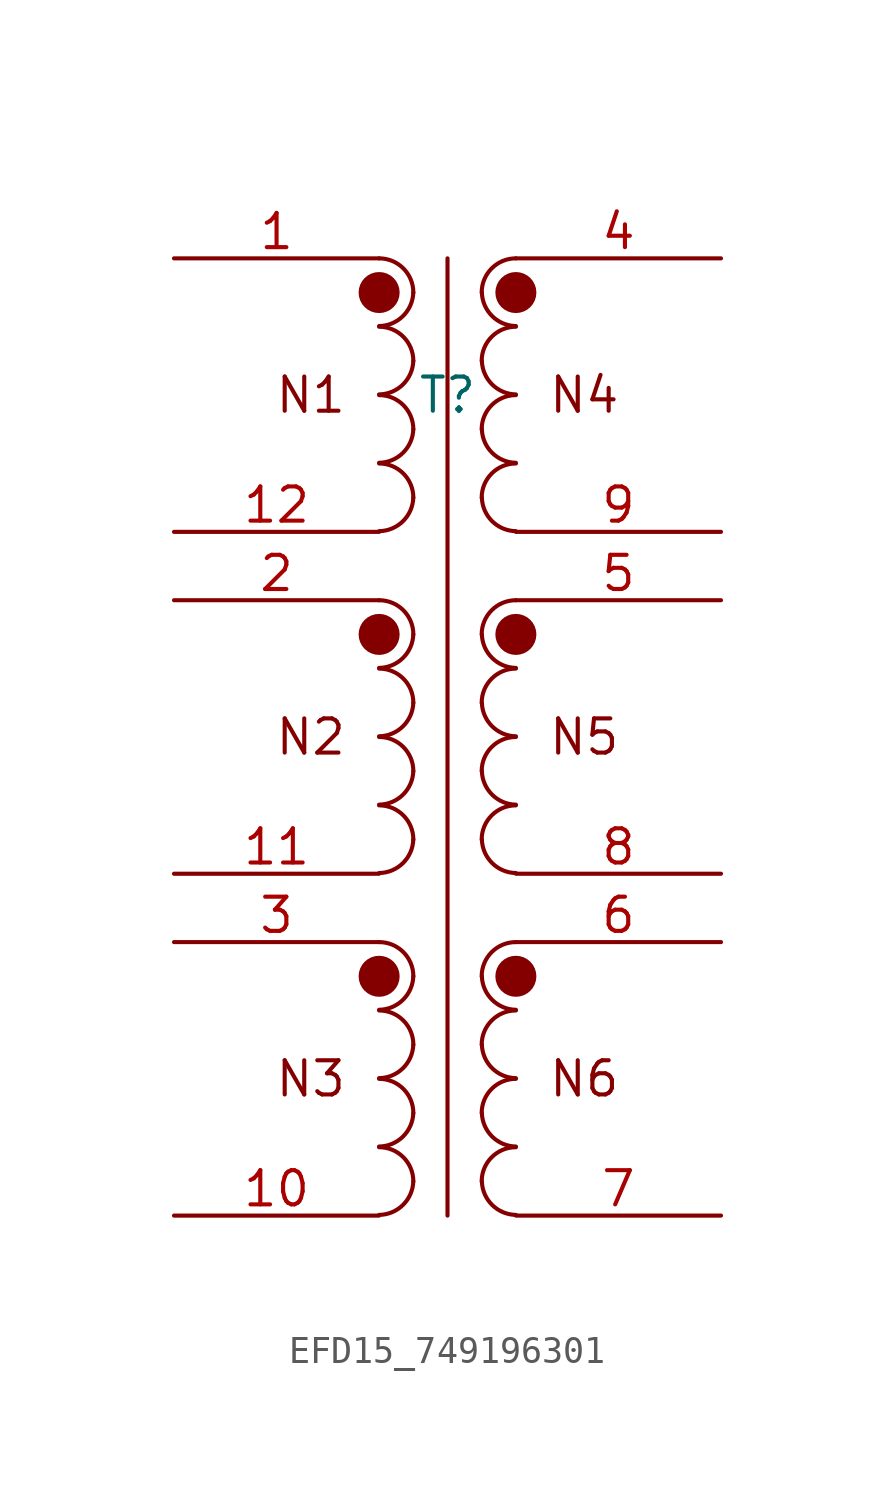
<source format=kicad_sym>
(kicad_symbol_lib
  (version 20220914)
  (generator kicad_symbol_editor)
  (symbol "EFD15_749196301"
    (pin_names hide)
    (property "Reference" "T"
      (at 0 12.7 0)
      (effects (font (size 1.27 1.27))))
    (property "Critical Parameter" ""
      (at 0 -5.08 0)
      (effects (font (size 1.27 1.27)) (justify left)))
    (symbol "EFD15_749196301_0_1"
      (arc (start -2.54 -17.7546) (mid -1.6561 -17.3863) (end -1.27 -16.51) (stroke (width 0) (type default)) (fill (type none)))
      (arc (start -2.54 -15.2146) (mid -1.6561 -14.8463) (end -1.27 -13.97) (stroke (width 0) (type default)) (fill (type none)))
      (arc (start -2.54 -12.6746) (mid -1.6561 -12.3063) (end -1.27 -11.43) (stroke (width 0) (type default)) (fill (type none)))
      (arc (start -2.54 -10.1346) (mid -1.6561 -9.7663) (end -1.27 -8.89) (stroke (width 0) (type default)) (fill (type none)))
      (arc (start -2.54 -5.0546) (mid -1.6561 -4.6863) (end -1.27 -3.81) (stroke (width 0) (type default)) (fill (type none)))
      (arc (start -2.54 -2.5146) (mid -1.6561 -2.1463) (end -1.27 -1.27) (stroke (width 0) (type default)) (fill (type none)))
      (arc (start -2.54 0.0254) (mid -1.6561 0.3937) (end -1.27 1.27) (stroke (width 0) (type default)) (fill (type none)))
      (arc (start -2.54 2.5654) (mid -1.6561 2.9337) (end -1.27 3.81) (stroke (width 0) (type default)) (fill (type none)))
      (arc (start -2.54 7.6454) (mid -1.6561 8.0137) (end -1.27 8.89) (stroke (width 0) (type default)) (fill (type none)))
      (arc (start -2.54 10.1854) (mid -1.6561 10.5537) (end -1.27 11.43) (stroke (width 0) (type default)) (fill (type none)))
      (arc (start -2.54 12.7254) (mid -1.6561 13.0937) (end -1.27 13.97) (stroke (width 0) (type default)) (fill (type none)))
      (arc (start -2.54 15.2654) (mid -1.6561 15.6337) (end -1.27 16.51) (stroke (width 0) (type default)) (fill (type none)))
      (arc (start -1.27 -16.51) (mid -1.642 -15.612) (end -2.54 -15.24) (stroke (width 0) (type default)) (fill (type none)))
      (arc (start -1.27 -13.97) (mid -1.642 -13.072) (end -2.54 -12.7) (stroke (width 0) (type default)) (fill (type none)))
      (arc (start -1.27 -11.43) (mid -1.642 -10.532) (end -2.54 -10.16) (stroke (width 0) (type default)) (fill (type none)))
      (arc (start -1.27 -8.89) (mid -1.642 -7.992) (end -2.54 -7.62) (stroke (width 0) (type default)) (fill (type none)))
      (arc (start -1.27 -3.81) (mid -1.642 -2.912) (end -2.54 -2.54) (stroke (width 0) (type default)) (fill (type none)))
      (arc (start -1.27 -1.27) (mid -1.642 -0.372) (end -2.54 0) (stroke (width 0) (type default)) (fill (type none)))
      (arc (start -1.27 1.27) (mid -1.642 2.168) (end -2.54 2.54) (stroke (width 0) (type default)) (fill (type none)))
      (arc (start -1.27 3.81) (mid -1.642 4.708) (end -2.54 5.08) (stroke (width 0) (type default)) (fill (type none)))
      (arc (start -1.27 8.89) (mid -1.642 9.788) (end -2.54 10.16) (stroke (width 0) (type default)) (fill (type none)))
      (arc (start -1.27 11.43) (mid -1.642 12.328) (end -2.54 12.7) (stroke (width 0) (type default)) (fill (type none)))
      (arc (start -1.27 13.97) (mid -1.642 14.868) (end -2.54 15.24) (stroke (width 0) (type default)) (fill (type none)))
      (arc (start -1.27 16.51) (mid -1.642 17.408) (end -2.54 17.78) (stroke (width 0) (type default)) (fill (type none)))
      (polyline (pts (xy 0 -17.78) (xy 0 17.78)) (stroke (width 0) (type default)) (fill (type none)))
      (arc (start 1.27 -16.51) (mid 1.6561 -17.3863) (end 2.54 -17.7546) (stroke (width 0) (type default)) (fill (type none)))
      (arc (start 1.27 -13.97) (mid 1.6561 -14.8463) (end 2.54 -15.2146) (stroke (width 0) (type default)) (fill (type none)))
      (arc (start 1.27 -11.43) (mid 1.6561 -12.3063) (end 2.54 -12.6746) (stroke (width 0) (type default)) (fill (type none)))
      (arc (start 1.27 -8.89) (mid 1.6561 -9.7663) (end 2.54 -10.1346) (stroke (width 0) (type default)) (fill (type none)))
      (arc (start 1.27 -3.81) (mid 1.6561 -4.6863) (end 2.54 -5.0546) (stroke (width 0) (type default)) (fill (type none)))
      (arc (start 1.27 -1.27) (mid 1.6561 -2.1463) (end 2.54 -2.5146) (stroke (width 0) (type default)) (fill (type none)))
      (arc (start 1.27 1.27) (mid 1.6561 0.3937) (end 2.54 0.0254) (stroke (width 0) (type default)) (fill (type none)))
      (arc (start 1.27 3.81) (mid 1.6561 2.9337) (end 2.54 2.5654) (stroke (width 0) (type default)) (fill (type none)))
      (arc (start 1.27 8.89) (mid 1.6561 8.0137) (end 2.54 7.6454) (stroke (width 0) (type default)) (fill (type none)))
      (arc (start 1.27 11.43) (mid 1.6561 10.5537) (end 2.54 10.1854) (stroke (width 0) (type default)) (fill (type none)))
      (arc (start 1.27 13.97) (mid 1.6561 13.0937) (end 2.54 12.7254) (stroke (width 0) (type default)) (fill (type none)))
      (arc (start 1.27 16.51) (mid 1.6561 15.6337) (end 2.54 15.2654) (stroke (width 0) (type default)) (fill (type none)))
      (arc (start 2.54 -15.24) (mid 1.642 -15.612) (end 1.27 -16.51) (stroke (width 0) (type default)) (fill (type none)))
      (arc (start 2.54 -12.7) (mid 1.642 -13.072) (end 1.27 -13.97) (stroke (width 0) (type default)) (fill (type none)))
      (arc (start 2.54 -10.16) (mid 1.642 -10.532) (end 1.27 -11.43) (stroke (width 0) (type default)) (fill (type none)))
      (arc (start 2.54 -7.62) (mid 1.642 -7.992) (end 1.27 -8.89) (stroke (width 0) (type default)) (fill (type none)))
      (arc (start 2.54 -2.54) (mid 1.642 -2.912) (end 1.27 -3.81) (stroke (width 0) (type default)) (fill (type none)))
      (arc (start 2.54 0) (mid 1.642 -0.372) (end 1.27 -1.27) (stroke (width 0) (type default)) (fill (type none)))
      (arc (start 2.54 2.54) (mid 1.642 2.168) (end 1.27 1.27) (stroke (width 0) (type default)) (fill (type none)))
      (arc (start 2.54 5.08) (mid 1.642 4.708) (end 1.27 3.81) (stroke (width 0) (type default)) (fill (type none)))
      (arc (start 2.54 10.16) (mid 1.642 9.788) (end 1.27 8.89) (stroke (width 0) (type default)) (fill (type none)))
      (arc (start 2.54 12.7) (mid 1.642 12.328) (end 1.27 11.43) (stroke (width 0) (type default)) (fill (type none)))
      (arc (start 2.54 15.24) (mid 1.642 14.868) (end 1.27 13.97) (stroke (width 0) (type default)) (fill (type none)))
      (arc (start 2.54 17.78) (mid 1.642 17.408) (end 1.27 16.51) (stroke (width 0) (type default)) (fill (type none))))
    (symbol "EFD15_749196301_1_1"
      (circle (center -2.54 -8.89) (radius 0.0001) (stroke (width 0.762) (type default)) (fill (type none)))
      (circle (center -2.54 3.81) (radius 0.0001) (stroke (width 0.762) (type default)) (fill (type none)))
      (circle (center -2.54 16.51) (radius 0.0001) (stroke (width 0.762) (type default)) (fill (type none)))
      (circle (center 2.54 -8.89) (radius 0.0001) (stroke (width 0.762) (type default)) (fill (type none)))
      (circle (center 2.54 3.81) (radius 0.0001) (stroke (width 0.762) (type default)) (fill (type none)))
      (circle (center 2.54 16.51) (radius 0.0001) (stroke (width 0.762) (type default)) (fill (type none)))
      (text "N1" (at -5.08 12.7 0) (effects (font (size 1.27 1.27))))
      (text "N2" (at -5.08 0 0) (effects (font (size 1.27 1.27))))
      (text "N3" (at -5.08 -12.7 0) (effects (font (size 1.27 1.27))))
      (text "N4" (at 5.08 12.7 0) (effects (font (size 1.27 1.27))))
      (text "N5" (at 5.08 0 0) (effects (font (size 1.27 1.27))))
      (text "N6" (at 5.08 -12.7 0) (effects (font (size 1.27 1.27))))
      (pin passive line (at -10.16 17.78 0) (length 7.62) (name "1" (effects (font (size 1.27 1.27)))) (number "1" (effects (font (size 1.27 1.27)))))
      (pin passive line (at -10.16 7.62 0) (length 7.62) (name "12" (effects (font (size 1.27 1.27)))) (number "12" (effects (font (size 1.27 1.27)))))
      (pin passive line (at -10.16 5.08 0) (length 7.62) (name "2" (effects (font (size 1.27 1.27)))) (number "2" (effects (font (size 1.27 1.27)))))
      (pin passive line (at -10.16 -5.08 0) (length 7.62) (name "11" (effects (font (size 1.27 1.27)))) (number "11" (effects (font (size 1.27 1.27)))))
      (pin passive line (at -10.16 -7.62 0) (length 7.62) (name "3" (effects (font (size 1.27 1.27)))) (number "3" (effects (font (size 1.27 1.27)))))
      (pin passive line (at -10.16 -17.78 0) (length 7.62) (name "10" (effects (font (size 1.27 1.27)))) (number "10" (effects (font (size 1.27 1.27)))))
      (pin passive line (at 10.16 -17.78 180) (length 7.62) (name "7" (effects (font (size 1.27 1.27)))) (number "7" (effects (font (size 1.27 1.27)))))
      (pin passive line (at 10.16 -7.62 180) (length 7.62) (name "6" (effects (font (size 1.27 1.27)))) (number "6" (effects (font (size 1.27 1.27)))))
      (pin passive line (at 10.16 -5.08 180) (length 7.62) (name "8" (effects (font (size 1.27 1.27)))) (number "8" (effects (font (size 1.27 1.27)))))
      (pin passive line (at 10.16 5.08 180) (length 7.62) (name "5" (effects (font (size 1.27 1.27)))) (number "5" (effects (font (size 1.27 1.27)))))
      (pin passive line (at 10.16 7.62 180) (length 7.62) (name "9" (effects (font (size 1.27 1.27)))) (number "9" (effects (font (size 1.27 1.27)))))
      (pin passive line (at 10.16 17.78 180) (length 7.62) (name "4" (effects (font (size 1.27 1.27)))) (number "4" (effects (font (size 1.27 1.27))))))))
</source>
